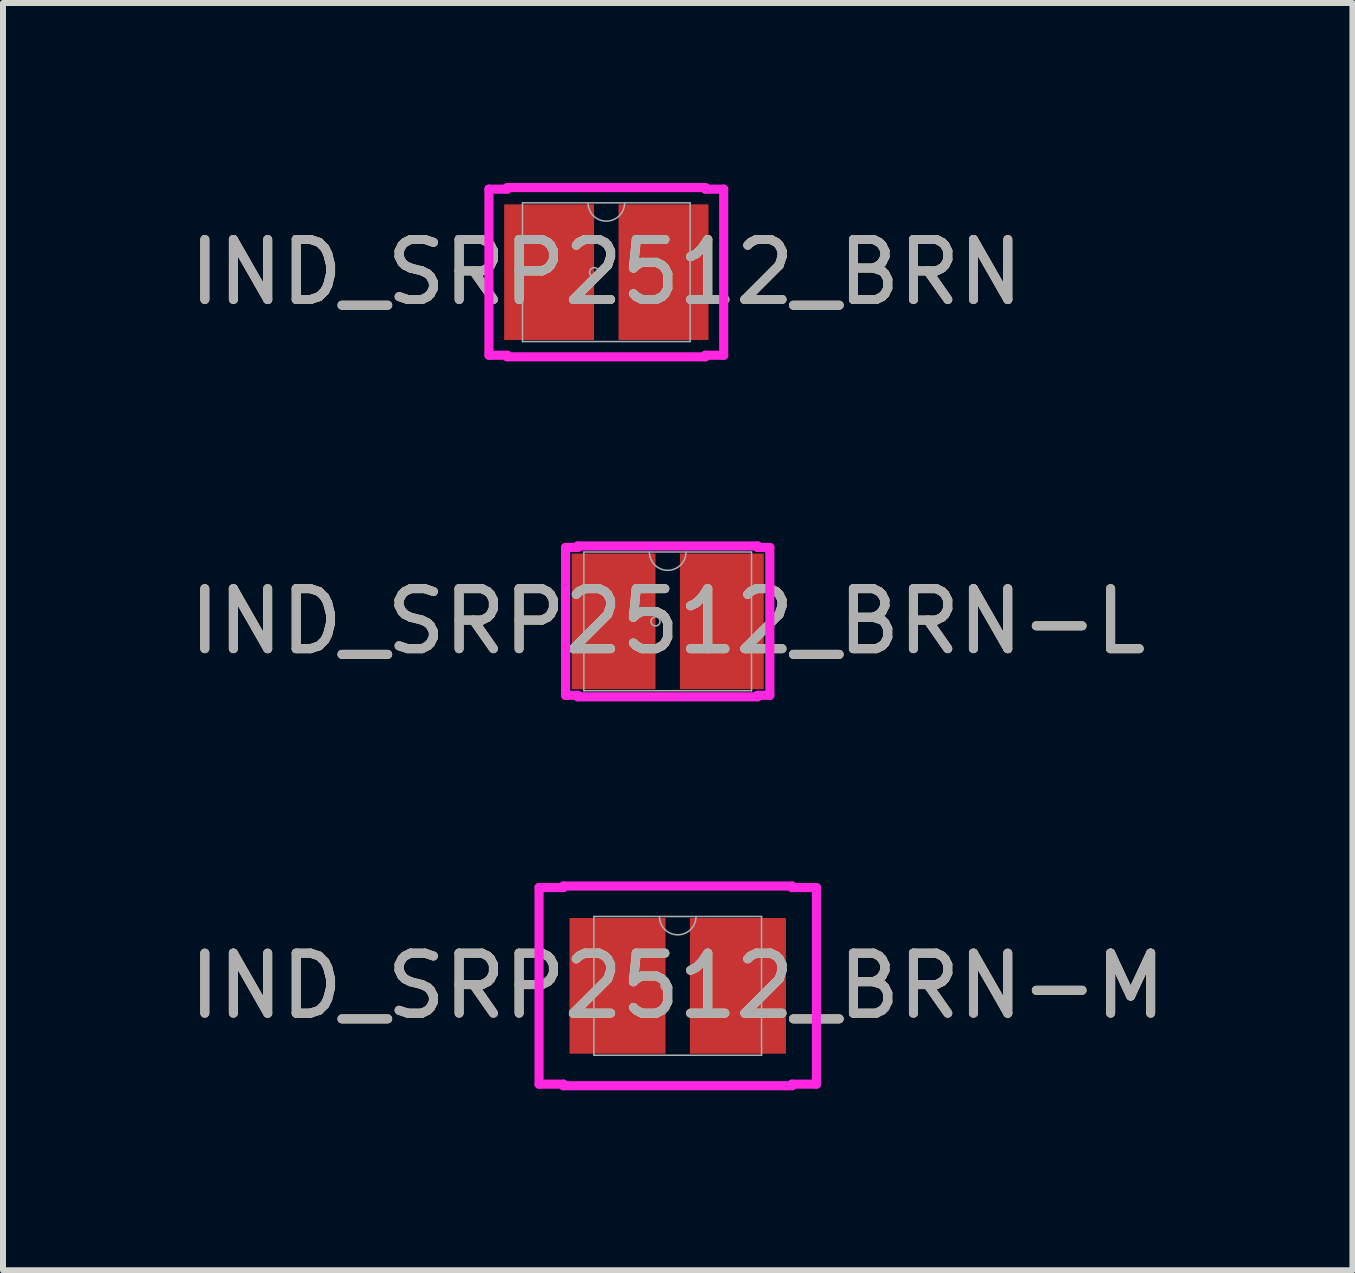
<source format=kicad_pcb>
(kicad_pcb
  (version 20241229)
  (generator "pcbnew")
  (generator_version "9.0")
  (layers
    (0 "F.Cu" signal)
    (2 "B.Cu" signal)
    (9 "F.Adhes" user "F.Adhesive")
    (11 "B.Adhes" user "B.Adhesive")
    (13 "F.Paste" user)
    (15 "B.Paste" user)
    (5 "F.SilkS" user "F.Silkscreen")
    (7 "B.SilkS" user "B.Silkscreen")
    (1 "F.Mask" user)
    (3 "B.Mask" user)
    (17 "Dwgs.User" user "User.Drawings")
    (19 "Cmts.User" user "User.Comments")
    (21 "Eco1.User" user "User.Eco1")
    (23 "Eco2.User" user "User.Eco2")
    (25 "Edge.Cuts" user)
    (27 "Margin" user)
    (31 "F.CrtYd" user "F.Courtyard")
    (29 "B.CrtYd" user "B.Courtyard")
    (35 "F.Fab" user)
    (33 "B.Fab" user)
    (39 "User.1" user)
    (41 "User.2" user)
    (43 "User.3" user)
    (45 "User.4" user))
  (footprint "IND_SRP2512_BRN-L"
    (layer "F.Cu")
    (at 8.077 7.305)
    (property "Reference" "IND_SRP2512_BRN-L" (at 0 0 0) (unlocked yes) (layer "F.SilkS") (effects (font (size 1 1) (thickness 0.15))))
    (attr smd)
    (fp_line (start -1.702 -1.232) (end -1.499 -1.232) (stroke (width 0.152) (type solid)) (layer "F.CrtYd"))
    (fp_line (start -1.702 1.232) (end -1.702 -1.232) (stroke (width 0.152) (type solid)) (layer "F.CrtYd"))
    (fp_line (start -1.702 1.232) (end -1.499 1.232) (stroke (width 0.152) (type solid)) (layer "F.CrtYd"))
    (fp_line (start -1.499 -1.257) (end 1.499 -1.257) (stroke (width 0.152) (type solid)) (layer "F.CrtYd"))
    (fp_line (start -1.499 -1.232) (end -1.499 -1.257) (stroke (width 0.152) (type solid)) (layer "F.CrtYd"))
    (fp_line (start -1.499 1.257) (end -1.499 1.232) (stroke (width 0.152) (type solid)) (layer "F.CrtYd"))
    (fp_line (start 1.499 -1.257) (end 1.499 -1.232) (stroke (width 0.152) (type solid)) (layer "F.CrtYd"))
    (fp_line (start 1.499 1.232) (end 1.499 1.257) (stroke (width 0.152) (type solid)) (layer "F.CrtYd"))
    (fp_line (start 1.499 1.257) (end -1.499 1.257) (stroke (width 0.152) (type solid)) (layer "F.CrtYd"))
    (fp_line (start 1.702 -1.232) (end 1.499 -1.232) (stroke (width 0.152) (type solid)) (layer "F.CrtYd"))
    (fp_line (start 1.702 -1.232) (end 1.702 1.232) (stroke (width 0.152) (type solid)) (layer "F.CrtYd"))
    (fp_line (start 1.702 1.232) (end 1.499 1.232) (stroke (width 0.152) (type solid)) (layer "F.CrtYd"))
    (fp_line (start -1.397 -1.156) (end -1.397 1.156) (stroke (width 0.025) (type solid)) (layer "F.Fab"))
    (fp_line (start -1.397 1.156) (end 1.397 1.156) (stroke (width 0.025) (type solid)) (layer "F.Fab"))
    (fp_line (start 1.397 -1.156) (end -1.397 -1.156) (stroke (width 0.025) (type solid)) (layer "F.Fab"))
    (fp_line (start 1.397 1.156) (end 1.397 -1.156) (stroke (width 0.025) (type solid)) (layer "F.Fab"))
    (fp_arc (start 0.3048 -1.1557) (mid 0 -0.8509) (end -0.3048 -1.1557) (stroke (width 0.0254) (type solid)) (layer "F.Fab"))
    (fp_circle (center -0.203 0) (end -0.127 0) (stroke (width 0.025) (type solid)) (fill no) (layer "F.Fab"))
    (fp_text user "${REFERENCE}" (at 0 0 0) (unlocked yes) (layer "F.Fab") (effects (font (size 1 1) (thickness 0.15))))
    (pad "1" smd rect (at -0.902 0) (size 1.397 2.261) (layers "F.Cu" "F.Mask" "F.Paste"))
    (pad "2" smd rect (at 0.902 0) (size 1.397 2.261) (layers "F.Cu" "F.Mask" "F.Paste")))
  (footprint "IND_SRP2512_BRN"
    (layer "F.Cu")
    (at 7.054 1.486)
    (property "Reference" "IND_SRP2512_BRN" (at 0 0 0) (unlocked yes) (layer "F.SilkS") (effects (font (size 1 1) (thickness 0.15))))
    (attr smd)
    (fp_line (start -1.956 -1.384) (end -1.651 -1.384) (stroke (width 0.152) (type solid)) (layer "F.CrtYd"))
    (fp_line (start -1.956 1.384) (end -1.956 -1.384) (stroke (width 0.152) (type solid)) (layer "F.CrtYd"))
    (fp_line (start -1.956 1.384) (end -1.651 1.384) (stroke (width 0.152) (type solid)) (layer "F.CrtYd"))
    (fp_line (start -1.651 -1.41) (end 1.651 -1.41) (stroke (width 0.152) (type solid)) (layer "F.CrtYd"))
    (fp_line (start -1.651 -1.384) (end -1.651 -1.41) (stroke (width 0.152) (type solid)) (layer "F.CrtYd"))
    (fp_line (start -1.651 1.41) (end -1.651 1.384) (stroke (width 0.152) (type solid)) (layer "F.CrtYd"))
    (fp_line (start 1.651 -1.41) (end 1.651 -1.384) (stroke (width 0.152) (type solid)) (layer "F.CrtYd"))
    (fp_line (start 1.651 1.384) (end 1.651 1.41) (stroke (width 0.152) (type solid)) (layer "F.CrtYd"))
    (fp_line (start 1.651 1.41) (end -1.651 1.41) (stroke (width 0.152) (type solid)) (layer "F.CrtYd"))
    (fp_line (start 1.956 -1.384) (end 1.651 -1.384) (stroke (width 0.152) (type solid)) (layer "F.CrtYd"))
    (fp_line (start 1.956 -1.384) (end 1.956 1.384) (stroke (width 0.152) (type solid)) (layer "F.CrtYd"))
    (fp_line (start 1.956 1.384) (end 1.651 1.384) (stroke (width 0.152) (type solid)) (layer "F.CrtYd"))
    (fp_line (start -1.397 -1.156) (end -1.397 1.156) (stroke (width 0.025) (type solid)) (layer "F.Fab"))
    (fp_line (start -1.397 1.156) (end 1.397 1.156) (stroke (width 0.025) (type solid)) (layer "F.Fab"))
    (fp_line (start 1.397 -1.156) (end -1.397 -1.156) (stroke (width 0.025) (type solid)) (layer "F.Fab"))
    (fp_line (start 1.397 1.156) (end 1.397 -1.156) (stroke (width 0.025) (type solid)) (layer "F.Fab"))
    (fp_arc (start 0.3048 -1.1557) (mid 0 -0.8509) (end -0.3048 -1.1557) (stroke (width 0.0254) (type solid)) (layer "F.Fab"))
    (fp_circle (center -0.203 0) (end -0.127 0) (stroke (width 0.025) (type solid)) (fill no) (layer "F.Fab"))
    (fp_text user "${REFERENCE}" (at 0 0 0) (unlocked yes) (layer "F.Fab") (effects (font (size 1 1) (thickness 0.15))))
    (pad "1" smd rect (at -0.953 0) (size 1.499 2.261) (layers "F.Cu" "F.Mask" "F.Paste"))
    (pad "2" smd rect (at 0.953 0) (size 1.499 2.261) (layers "F.Cu" "F.Mask" "F.Paste")))
  (footprint "IND_SRP2512_BRN-M"
    (layer "F.Cu")
    (at 8.244 13.379)
    (property "Reference" "IND_SRP2512_BRN-M" (at 0 0 0) (unlocked yes) (layer "F.SilkS") (effects (font (size 1 1) (thickness 0.15))))
    (attr smd)
    (fp_line (start -2.311 -1.638) (end -1.905 -1.638) (stroke (width 0.152) (type solid)) (layer "F.CrtYd"))
    (fp_line (start -2.311 1.638) (end -2.311 -1.638) (stroke (width 0.152) (type solid)) (layer "F.CrtYd"))
    (fp_line (start -2.311 1.638) (end -1.905 1.638) (stroke (width 0.152) (type solid)) (layer "F.CrtYd"))
    (fp_line (start -1.905 -1.664) (end 1.905 -1.664) (stroke (width 0.152) (type solid)) (layer "F.CrtYd"))
    (fp_line (start -1.905 -1.638) (end -1.905 -1.664) (stroke (width 0.152) (type solid)) (layer "F.CrtYd"))
    (fp_line (start -1.905 1.664) (end -1.905 1.638) (stroke (width 0.152) (type solid)) (layer "F.CrtYd"))
    (fp_line (start 1.905 -1.664) (end 1.905 -1.638) (stroke (width 0.152) (type solid)) (layer "F.CrtYd"))
    (fp_line (start 1.905 1.638) (end 1.905 1.664) (stroke (width 0.152) (type solid)) (layer "F.CrtYd"))
    (fp_line (start 1.905 1.664) (end -1.905 1.664) (stroke (width 0.152) (type solid)) (layer "F.CrtYd"))
    (fp_line (start 2.311 -1.638) (end 1.905 -1.638) (stroke (width 0.152) (type solid)) (layer "F.CrtYd"))
    (fp_line (start 2.311 -1.638) (end 2.311 1.638) (stroke (width 0.152) (type solid)) (layer "F.CrtYd"))
    (fp_line (start 2.311 1.638) (end 1.905 1.638) (stroke (width 0.152) (type solid)) (layer "F.CrtYd"))
    (fp_line (start -1.397 -1.156) (end -1.397 1.156) (stroke (width 0.025) (type solid)) (layer "F.Fab"))
    (fp_line (start -1.397 1.156) (end 1.397 1.156) (stroke (width 0.025) (type solid)) (layer "F.Fab"))
    (fp_line (start 1.397 -1.156) (end -1.397 -1.156) (stroke (width 0.025) (type solid)) (layer "F.Fab"))
    (fp_line (start 1.397 1.156) (end 1.397 -1.156) (stroke (width 0.025) (type solid)) (layer "F.Fab"))
    (fp_arc (start 0.3048 -1.1557) (mid 0 -0.8509) (end -0.3048 -1.1557) (stroke (width 0.0254) (type solid)) (layer "F.Fab"))
    (fp_circle (center -0.203 0) (end -0.127 0) (stroke (width 0.025) (type solid)) (fill no) (layer "F.Fab"))
    (fp_text user "${REFERENCE}" (at 0 0 0) (unlocked yes) (layer "F.Fab") (effects (font (size 1 1) (thickness 0.15))))
    (pad "1" smd rect (at -1.003 0) (size 1.6 2.261) (layers "F.Cu" "F.Mask" "F.Paste"))
    (pad "2" smd rect (at 1.003 0) (size 1.6 2.261) (layers "F.Cu" "F.Mask" "F.Paste")))
  (gr_rect
    (start -3 -3)
    (end 19.488 18.119)
    (stroke (width 0.1) (type default))
    (fill no)
    (layer "Edge.Cuts")))
</source>
